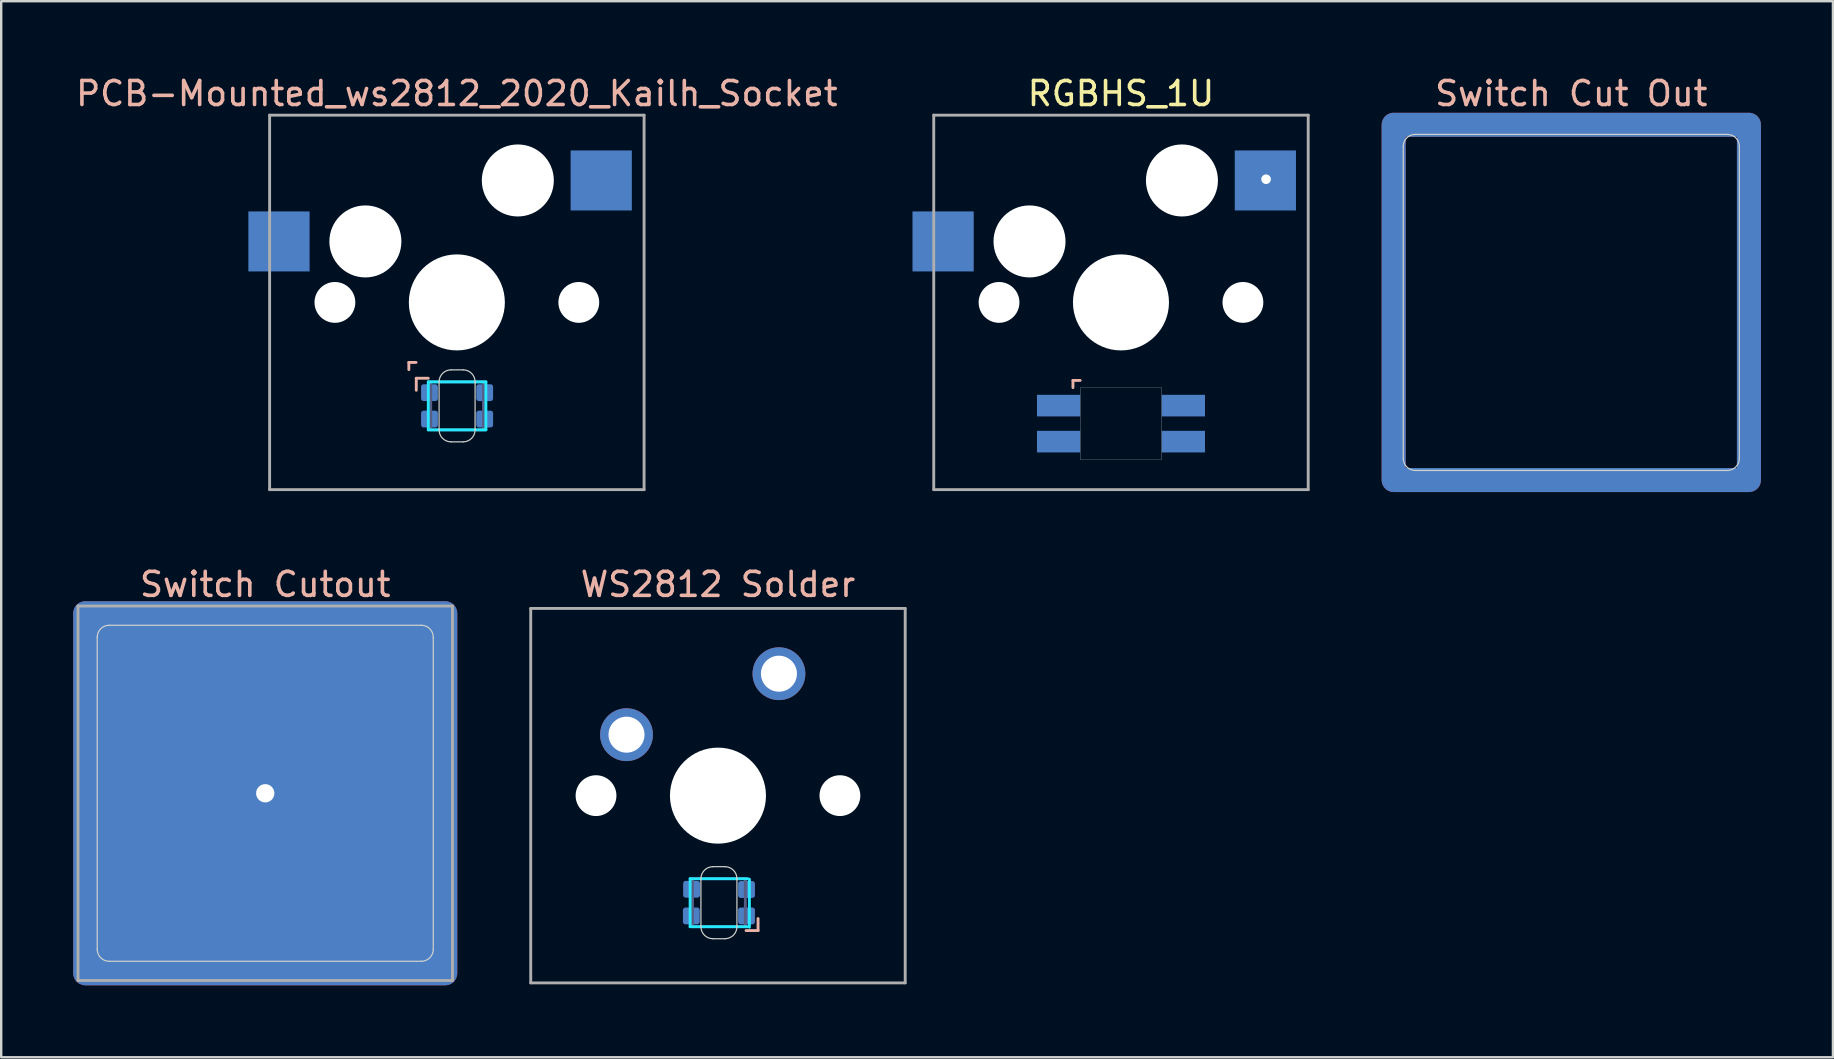
<source format=kicad_pcb>
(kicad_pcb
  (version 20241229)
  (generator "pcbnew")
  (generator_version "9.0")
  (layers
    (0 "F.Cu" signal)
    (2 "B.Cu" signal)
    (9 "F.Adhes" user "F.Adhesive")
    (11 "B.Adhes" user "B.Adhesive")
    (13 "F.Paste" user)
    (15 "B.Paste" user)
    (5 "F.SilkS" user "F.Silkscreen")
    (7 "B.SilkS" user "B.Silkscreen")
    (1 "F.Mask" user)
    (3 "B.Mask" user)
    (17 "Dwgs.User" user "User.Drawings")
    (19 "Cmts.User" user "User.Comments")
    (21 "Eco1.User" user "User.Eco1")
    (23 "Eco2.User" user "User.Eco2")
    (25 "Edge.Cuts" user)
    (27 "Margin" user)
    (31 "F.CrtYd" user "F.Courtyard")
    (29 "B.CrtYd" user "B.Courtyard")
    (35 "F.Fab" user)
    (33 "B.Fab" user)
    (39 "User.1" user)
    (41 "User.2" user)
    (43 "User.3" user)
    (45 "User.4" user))
  (footprint "Switch Cutout"
    (layer "F.Cu")
    (at 8 29.997)
    (property "Reference" "Switch Cutout" (at 0 -8.7 0) (layer "B.SilkS") (effects (font (size 1 1) (thickness 0.15))))
    (attr through_hole)
    (fp_line (start -7 -6.5) (end -7 6.5) (stroke (width 0.05) (type solid)) (layer "Edge.Cuts"))
    (fp_line (start -6.5 7) (end 6.5 7) (stroke (width 0.05) (type solid)) (layer "Edge.Cuts"))
    (fp_line (start 6.5 -7) (end -6.5 -7) (stroke (width 0.05) (type solid)) (layer "Edge.Cuts"))
    (fp_line (start 7 6.5) (end 7 -6.5) (stroke (width 0.05) (type solid)) (layer "Edge.Cuts"))
    (fp_arc (start -7 -6.5) (mid -6.853553 -6.853553) (end -6.5 -7) (stroke (width 0.05) (type solid)) (layer "Edge.Cuts"))
    (fp_arc (start -6.5 7) (mid -6.853553 6.853553) (end -7 6.5) (stroke (width 0.05) (type solid)) (layer "Edge.Cuts"))
    (fp_arc (start 6.5 -7) (mid 6.853553 -6.853553) (end 7 -6.5) (stroke (width 0.05) (type solid)) (layer "Edge.Cuts"))
    (fp_arc (start 7 6.5) (mid 6.853553 6.853553) (end 6.5 7) (stroke (width 0.05) (type solid)) (layer "Edge.Cuts"))
    (fp_line (start -7.8 -7.8) (end 7.8 -7.8) (stroke (width 0.12) (type solid)) (layer "F.Fab"))
    (fp_line (start -7.8 7.8) (end -7.8 -7.8) (stroke (width 0.12) (type solid)) (layer "F.Fab"))
    (fp_line (start 7.8 7.8) (end -7.8 7.8) (stroke (width 0.12) (type solid)) (layer "F.Fab"))
    (fp_line (start 7.8 7.8) (end 7.8 -7.8) (stroke (width 0.12) (type solid)) (layer "F.Fab"))
    (pad "" np_thru_hole roundrect (at 0 0) (size 16 16) (drill 0.762) (layers "*.Cu" "*.Mask") (roundrect_rratio 0.031)))
  (footprint "RGBHS_1U"
    (layer "F.Cu")
    (at 43.649 9.548)
    (property "Reference" "RGBHS_1U" (at 0 -8.7 0) (layer "F.SilkS") (effects (font (size 1 1) (thickness 0.15))))
    (attr through_hole)
    (fp_line (start -2 3.25) (end -2 3.55) (stroke (width 0.12) (type solid)) (layer "B.SilkS"))
    (fp_line (start -1.7 3.25) (end -2 3.25) (stroke (width 0.12) (type solid)) (layer "B.SilkS"))
    (fp_poly (pts (xy 1.7 6.55) (xy -1.7 6.55) (xy -1.7 3.55) (xy 1.7 3.55)) (stroke (width 0.01) (type solid)) (fill no) (layer "Edge.Cuts"))
    (fp_line (start -7.8 -7.8) (end 7.8 -7.8) (stroke (width 0.12) (type solid)) (layer "F.Fab"))
    (fp_line (start -7.8 7.8) (end -7.8 -7.8) (stroke (width 0.12) (type solid)) (layer "F.Fab"))
    (fp_line (start 7.8 7.8) (end -7.8 7.8) (stroke (width 0.12) (type solid)) (layer "F.Fab"))
    (fp_line (start 7.8 7.8) (end 7.8 -7.8) (stroke (width 0.12) (type solid)) (layer "F.Fab"))
    (pad "" np_thru_hole circle (at -5.08 0) (size 1.7 1.7) (drill 1.7) (layers "*.Cu" "*.Mask"))
    (pad "" np_thru_hole circle (at -3.81 -2.54) (size 3 3) (drill 3) (layers "*.Cu" "*.Mask"))
    (pad "" np_thru_hole circle (at 0 0) (size 4 4) (drill 4) (layers "*.Cu" "*.Mask"))
    (pad "" np_thru_hole circle (at 2.54 -5.08) (size 3 3) (drill 3) (layers "*.Cu" "*.Mask"))
    (pad "" np_thru_hole circle (at 5.08 0) (size 1.7 1.7) (drill 1.7) (layers "*.Cu" "*.Mask"))
    (pad "1" smd rect (at -2.6 4.3) (size 1.8 0.9) (layers "B.Cu" "B.Mask" "B.Paste"))
    (pad "2" smd rect (at -2.6 5.8) (size 1.8 0.9) (layers "B.Cu" "B.Mask" "B.Paste"))
    (pad "3" smd rect (at 2.6 4.3) (size 1.8 0.9) (layers "B.Cu" "B.Mask" "B.Paste"))
    (pad "4" smd rect (at 2.6 5.8) (size 1.8 0.9) (layers "B.Cu" "B.Mask" "B.Paste"))
    (pad "5" smd rect (at -7.41 -2.54) (size 2.55 2.5) (layers "B.Cu" "B.Mask" "B.Paste"))
    (pad "6" smd rect (at 6.015 -5.08) (size 2.55 2.5) (layers "B.Cu" "B.Mask" "B.Paste"))
    (pad "7" thru_hole circle (at 6.045 -5.131) (size 0.8 0.8) (drill 0.4) (layers "*.Cu" "*.Mask")))
  (footprint "WS2812 Solder"
    (layer "F.Cu")
    (at 26.86 30.096)
    (property "Reference" "WS2812 Solder" (at 0 -8.8 0) (layer "B.SilkS") (effects (font (size 1 1) (thickness 0.15))))
    (attr through_hole)
    (fp_line (start 1.67 5.12) (end 1.67 5.62) (stroke (width 0.12) (type solid)) (layer "B.SilkS"))
    (fp_line (start 1.67 5.62) (end 1.17 5.62) (stroke (width 0.12) (type solid)) (layer "B.SilkS"))
    (fp_line (start -0.71 3.46) (end -0.71 5.46) (stroke (width 0.05) (type solid)) (layer "Edge.Cuts"))
    (fp_line (start -0.21 2.96) (end 0.29 2.96) (stroke (width 0.05) (type solid)) (layer "Edge.Cuts"))
    (fp_line (start 0.29 5.96) (end -0.21 5.96) (stroke (width 0.05) (type solid)) (layer "Edge.Cuts"))
    (fp_line (start 0.79 5.46) (end 0.79 3.46) (stroke (width 0.05) (type solid)) (layer "Edge.Cuts"))
    (fp_arc (start -0.71 3.46) (mid -0.563554 3.106447) (end -0.210001 2.960001) (stroke (width 0.05) (type solid)) (layer "Edge.Cuts"))
    (fp_arc (start -0.210001 5.960001) (mid -0.563554 5.813554) (end -0.71 5.46) (stroke (width 0.05) (type solid)) (layer "Edge.Cuts"))
    (fp_arc (start 0.290001 2.959999) (mid 0.643554 3.106446) (end 0.79 3.46) (stroke (width 0.05) (type solid)) (layer "Edge.Cuts"))
    (fp_arc (start 0.79 5.46) (mid 0.643554 5.813553) (end 0.290001 5.959999) (stroke (width 0.05) (type solid)) (layer "Edge.Cuts"))
    (fp_line (start -1.16 3.46) (end 1.24 3.46) (stroke (width 0.12) (type solid)) (layer "B.CrtYd"))
    (fp_line (start -1.16 5.46) (end -1.16 3.46) (stroke (width 0.12) (type solid)) (layer "B.CrtYd"))
    (fp_line (start 1.24 5.46) (end -1.16 5.46) (stroke (width 0.12) (type solid)) (layer "B.CrtYd"))
    (fp_line (start 1.31 3.48) (end 1.31 5.48) (stroke (width 0.12) (type solid)) (layer "B.CrtYd"))
    (fp_line (start -1.06 3.46) (end 1.14 3.46) (stroke (width 0.12) (type solid)) (layer "B.Fab"))
    (fp_line (start -1.06 5.46) (end -1.06 3.46) (stroke (width 0.12) (type solid)) (layer "B.Fab"))
    (fp_line (start 1.14 3.46) (end 1.14 5.46) (stroke (width 0.12) (type solid)) (layer "B.Fab"))
    (fp_line (start 1.14 5.46) (end -1.06 5.46) (stroke (width 0.12) (type solid)) (layer "B.Fab"))
    (fp_line (start -7.8 -7.8) (end -7.8 7.8) (stroke (width 0.12) (type solid)) (layer "F.Fab"))
    (fp_line (start -7.8 -7.8) (end 7.8 -7.8) (stroke (width 0.12) (type solid)) (layer "F.Fab"))
    (fp_line (start -7.8 7.8) (end 7.8 7.8) (stroke (width 0.12) (type solid)) (layer "F.Fab"))
    (fp_line (start 7.8 -7.8) (end 7.8 7.8) (stroke (width 0.12) (type solid)) (layer "F.Fab"))
    (pad "" np_thru_hole circle (at -5.08 0) (size 1.7 1.7) (drill 1.7) (layers "*.Cu" "*.Mask"))
    (pad "" np_thru_hole circle (at 0 0) (size 4 4) (drill 4) (layers "*.Cu" "*.Mask"))
    (pad "" np_thru_hole circle (at 5.08 0) (size 1.7 1.7) (drill 1.7) (layers "*.Cu" "*.Mask"))
    (pad "1" smd roundrect (at 1.19 5.01 180) (size 0.7 0.7) (layers "B.Cu" "B.Mask" "B.Paste") (roundrect_rratio 0.15))
    (pad "2" smd roundrect (at 1.19 3.91 180) (size 0.7 0.7) (layers "B.Cu" "B.Mask" "B.Paste") (roundrect_rratio 0.15))
    (pad "3" smd roundrect (at -1.1 3.9 180) (size 0.7 0.7) (layers "B.Cu" "B.Mask" "B.Paste") (roundrect_rratio 0.15))
    (pad "4" smd roundrect (at -1.11 5.01 180) (size 0.7 0.7) (layers "B.Cu" "B.Mask" "B.Paste") (roundrect_rratio 0.15))
    (pad "5" thru_hole circle (at -3.81 -2.54) (size 2.2 2.2) (drill 1.5) (layers "*.Cu" "*.Mask"))
    (pad "6" thru_hole circle (at 2.54 -5.08) (size 2.2 2.2) (drill 1.5) (layers "*.Cu" "*.Mask")))
  (footprint "Switch Cut Out"
    (layer "F.Cu")
    (at 62.409 9.548)
    (property "Reference" "Switch Cut Out" (at 0 -8.7 0) (layer "B.SilkS") (effects (font (size 1 1) (thickness 0.15))))
    (attr through_hole)
    (fp_rect (start -7.4 -7.4) (end 7.4 7.4) (stroke (width 1) (type default)) (fill no) (layer "F.Cu"))
    (fp_rect (start -7.4 -7.4) (end 7.4 7.4) (stroke (width 1) (type default)) (fill no) (layer "F.Mask"))
    (fp_rect (start -7.4 -7.4) (end 7.4 7.4) (stroke (width 1) (type default)) (fill no) (layer "B.Cu"))
    (fp_rect (start -7.4 -7.4) (end 7.4 7.4) (stroke (width 1) (type default)) (fill no) (layer "B.Mask"))
    (fp_line (start -7 -6.5) (end -7 6.5) (stroke (width 0.05) (type solid)) (layer "Edge.Cuts"))
    (fp_line (start -6.5 7) (end 6.5 7) (stroke (width 0.05) (type solid)) (layer "Edge.Cuts"))
    (fp_line (start 6.5 -7) (end -6.5 -7) (stroke (width 0.05) (type solid)) (layer "Edge.Cuts"))
    (fp_line (start 7 6.5) (end 7 -6.5) (stroke (width 0.05) (type solid)) (layer "Edge.Cuts"))
    (fp_arc (start -7 -6.5) (mid -6.853539 -6.853526) (end -6.5 -7) (stroke (width 0.05) (type solid)) (layer "Edge.Cuts"))
    (fp_arc (start -6.5 7) (mid -6.853539 6.853551) (end -7 6.5) (stroke (width 0.05) (type solid)) (layer "Edge.Cuts"))
    (fp_arc (start 6.5 -7) (mid 6.853568 -6.853556) (end 7 -6.5) (stroke (width 0.05) (type solid)) (layer "Edge.Cuts"))
    (fp_arc (start 7 6.5) (mid 6.853568 6.853581) (end 6.5 7) (stroke (width 0.05) (type solid)) (layer "Edge.Cuts")))
  (footprint "PCB-Mounted_ws2812_2020_Kailh_Socket"
    (layer "F.Cu")
    (at 15.982 9.548)
    (property "Reference" "PCB-Mounted_ws2812_2020_Kailh_Socket" (at 0 -8.7 0) (layer "B.SilkS") (effects (font (size 1 1) (thickness 0.15))))
    (attr through_hole)
    (fp_line (start -2 2.5) (end -2 2.8) (stroke (width 0.12) (type solid)) (layer "B.SilkS"))
    (fp_line (start -1.7 2.5) (end -2 2.5) (stroke (width 0.12) (type solid)) (layer "B.SilkS"))
    (fp_line (start -1.69 3.16) (end -1.19 3.16) (stroke (width 0.12) (type solid)) (layer "B.SilkS"))
    (fp_line (start -1.69 3.66) (end -1.69 3.16) (stroke (width 0.12) (type solid)) (layer "B.SilkS"))
    (fp_line (start -0.74 3.31) (end -0.74 5.31) (stroke (width 0.05) (type solid)) (layer "Edge.Cuts"))
    (fp_line (start -0.24 2.81) (end 0.26 2.81) (stroke (width 0.05) (type solid)) (layer "Edge.Cuts"))
    (fp_line (start 0.26 5.81) (end -0.24 5.81) (stroke (width 0.05) (type solid)) (layer "Edge.Cuts"))
    (fp_line (start 0.76 5.31) (end 0.76 3.31) (stroke (width 0.05) (type solid)) (layer "Edge.Cuts"))
    (fp_arc (start -0.74 3.31) (mid -0.593554 2.956447) (end -0.240001 2.810001) (stroke (width 0.05) (type solid)) (layer "Edge.Cuts"))
    (fp_arc (start -0.240001 5.810001) (mid -0.593554 5.663554) (end -0.74 5.31) (stroke (width 0.05) (type solid)) (layer "Edge.Cuts"))
    (fp_arc (start 0.260001 2.809999) (mid 0.613554 2.956446) (end 0.76 3.31) (stroke (width 0.05) (type solid)) (layer "Edge.Cuts"))
    (fp_arc (start 0.76 5.31) (mid 0.613554 5.663553) (end 0.260001 5.809999) (stroke (width 0.05) (type solid)) (layer "Edge.Cuts"))
    (fp_line (start -1.19 3.31) (end 1.21 3.31) (stroke (width 0.12) (type solid)) (layer "B.CrtYd"))
    (fp_line (start -1.19 5.31) (end -1.19 3.31) (stroke (width 0.12) (type solid)) (layer "B.CrtYd"))
    (fp_line (start 1.21 3.31) (end 1.21 5.31) (stroke (width 0.12) (type solid)) (layer "B.CrtYd"))
    (fp_line (start 1.21 5.31) (end -1.19 5.31) (stroke (width 0.12) (type solid)) (layer "B.CrtYd"))
    (fp_line (start -1.09 3.31) (end 1.11 3.31) (stroke (width 0.12) (type solid)) (layer "B.Fab"))
    (fp_line (start -1.09 5.31) (end -1.09 3.31) (stroke (width 0.12) (type solid)) (layer "B.Fab"))
    (fp_line (start 1.11 3.31) (end 1.11 5.31) (stroke (width 0.12) (type solid)) (layer "B.Fab"))
    (fp_line (start 1.11 5.31) (end -1.09 5.31) (stroke (width 0.12) (type solid)) (layer "B.Fab"))
    (fp_line (start -7.8 -7.8) (end 7.8 -7.8) (stroke (width 0.12) (type solid)) (layer "F.Fab"))
    (fp_line (start -7.8 7.8) (end -7.8 -7.8) (stroke (width 0.12) (type solid)) (layer "F.Fab"))
    (fp_line (start 7.8 7.8) (end -7.8 7.8) (stroke (width 0.12) (type solid)) (layer "F.Fab"))
    (fp_line (start 7.8 7.8) (end 7.8 -7.8) (stroke (width 0.12) (type solid)) (layer "F.Fab"))
    (pad "" np_thru_hole circle (at -5.08 0) (size 1.7 1.7) (drill 1.7) (layers "*.Cu" "*.Mask"))
    (pad "" np_thru_hole circle (at -3.81 -2.54) (size 3 3) (drill 3) (layers "*.Cu" "*.Mask"))
    (pad "" np_thru_hole circle (at 0 0) (size 4 4) (drill 4) (layers "*.Cu" "*.Mask"))
    (pad "" np_thru_hole circle (at 2.54 -5.08) (size 3 3) (drill 3) (layers "*.Cu" "*.Mask"))
    (pad "" np_thru_hole circle (at 5.08 0) (size 1.7 1.7) (drill 1.7) (layers "*.Cu" "*.Mask"))
    (pad "1" smd roundrect (at -1.14 3.76) (size 0.7 0.7) (layers "B.Cu" "B.Mask" "B.Paste") (roundrect_rratio 0.15))
    (pad "2" smd roundrect (at -1.14 4.86) (size 0.7 0.7) (layers "B.Cu" "B.Mask" "B.Paste") (roundrect_rratio 0.15))
    (pad "3" smd roundrect (at 1.16 4.86) (size 0.7 0.7) (layers "B.Cu" "B.Mask" "B.Paste") (roundrect_rratio 0.15))
    (pad "4" smd roundrect (at 1.16 3.76) (size 0.7 0.7) (layers "B.Cu" "B.Mask" "B.Paste") (roundrect_rratio 0.15))
    (pad "5" smd rect (at -7.41 -2.54) (size 2.55 2.5) (layers "B.Cu" "B.Mask" "B.Paste"))
    (pad "6" smd rect (at 6.015 -5.08) (size 2.55 2.5) (layers "B.Cu" "B.Mask" "B.Paste")))
  (gr_rect
    (start -3 -3)
    (end 73.309 40.996)
    (stroke (width 0.1) (type default))
    (fill no)
    (layer "Edge.Cuts")))
</source>
